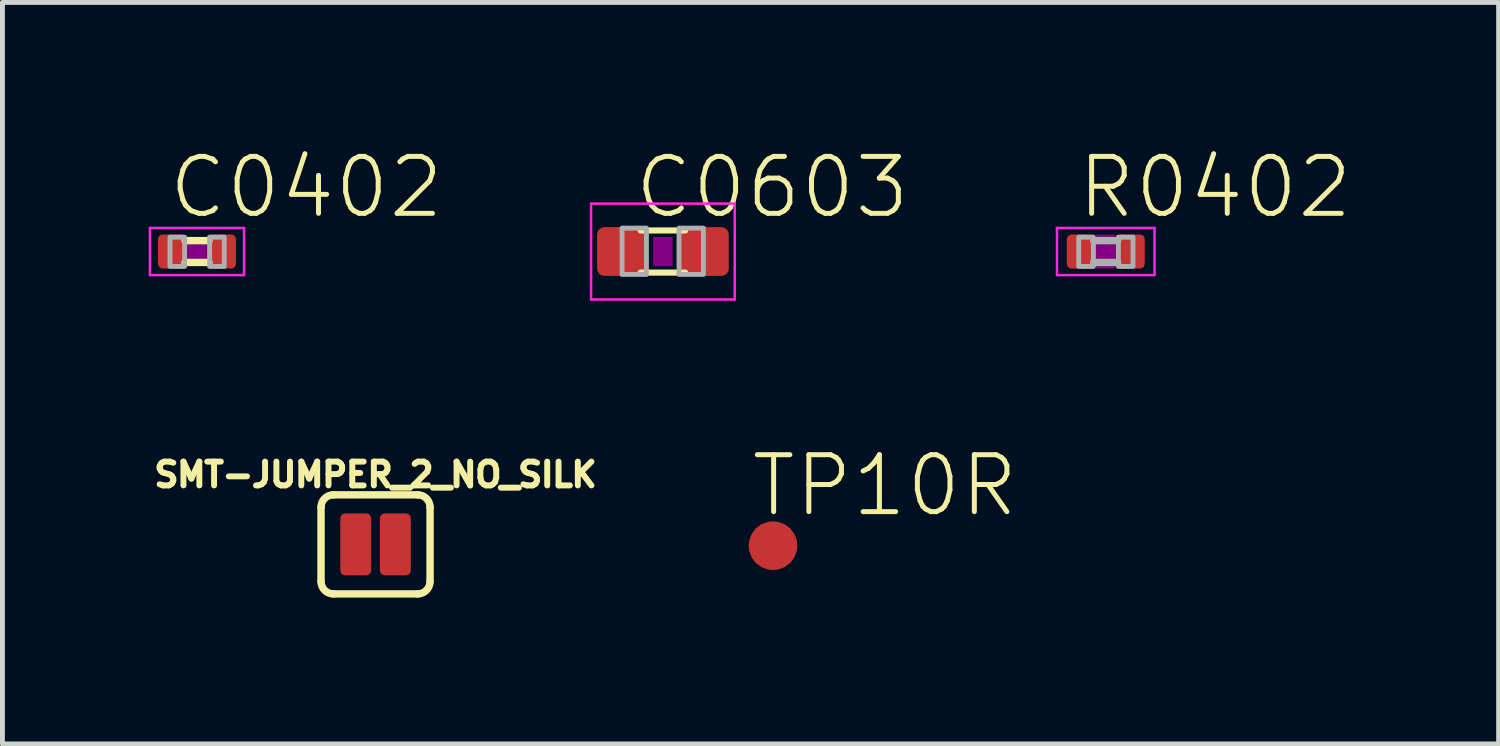
<source format=kicad_pcb>
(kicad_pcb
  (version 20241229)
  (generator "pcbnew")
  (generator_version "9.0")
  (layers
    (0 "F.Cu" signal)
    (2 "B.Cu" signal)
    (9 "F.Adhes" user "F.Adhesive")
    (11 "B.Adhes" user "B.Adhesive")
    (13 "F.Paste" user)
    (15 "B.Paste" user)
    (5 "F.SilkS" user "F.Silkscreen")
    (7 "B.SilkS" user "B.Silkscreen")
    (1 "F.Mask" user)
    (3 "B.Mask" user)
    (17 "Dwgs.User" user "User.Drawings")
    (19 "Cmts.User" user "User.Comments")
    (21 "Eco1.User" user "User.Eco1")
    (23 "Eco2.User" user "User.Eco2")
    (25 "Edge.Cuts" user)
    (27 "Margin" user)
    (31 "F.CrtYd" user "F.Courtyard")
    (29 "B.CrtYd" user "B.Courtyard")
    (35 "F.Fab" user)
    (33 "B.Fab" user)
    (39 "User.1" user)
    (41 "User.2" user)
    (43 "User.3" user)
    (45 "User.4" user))
  (footprint "R0402"
    (layer "F.Cu")
    (at 19.625 2.108)
    (property "Reference" "R0402" (at -0.635 -0.635 0) (unlocked yes) (layer "F.SilkS") (effects (font (size 1.168 1.168) (thickness 0.102)) (justify left bottom)))
    (fp_poly (pts (xy -0.2 0.35) (xy 0.2 0.35) (xy 0.2 -0.35) (xy -0.2 -0.35)) (stroke (width 0) (type default)) (fill yes) (layer "F.Adhes"))
    (fp_line (start -1 -0.483) (end 1 -0.483) (stroke (width 0.051) (type solid)) (layer "F.CrtYd"))
    (fp_line (start -1 0.483) (end -1 -0.483) (stroke (width 0.051) (type solid)) (layer "F.CrtYd"))
    (fp_line (start 1 -0.483) (end 1 0.483) (stroke (width 0.051) (type solid)) (layer "F.CrtYd"))
    (fp_line (start 1 0.483) (end -1 0.483) (stroke (width 0.051) (type solid)) (layer "F.CrtYd"))
    (fp_line (start -0.245 -0.224) (end 0.245 -0.224) (stroke (width 0.152) (type solid)) (layer "F.Fab"))
    (fp_line (start 0.245 0.224) (end -0.245 0.224) (stroke (width 0.152) (type solid)) (layer "F.Fab"))
    (fp_poly (pts (xy -0.554 0.305) (xy -0.254 0.305) (xy -0.254 -0.295) (xy -0.554 -0.295)) (stroke (width 0.1) (type default)) (fill no) (layer "F.Fab"))
    (fp_poly (pts (xy 0.259 0.305) (xy 0.559 0.305) (xy 0.559 -0.295) (xy 0.259 -0.295)) (stroke (width 0.1) (type default)) (fill no) (layer "F.Fab"))
    (pad "1" smd roundrect (at -0.5 0) (size 0.6 0.7) (layers "F.Cu" "F.Mask" "F.Paste") (roundrect_rratio 0.169))
    (pad "2" smd roundrect (at 0.5 0) (size 0.6 0.7) (layers "F.Cu" "F.Mask" "F.Paste") (roundrect_rratio 0.169)))
  (footprint "TP10R"
    (layer "F.Cu")
    (at 12.802 8.14)
    (property "Reference" "TP10R" (at -0.5 -0.55 0) (unlocked yes) (layer "F.SilkS") (effects (font (size 1.168 1.168) (thickness 0.102)) (justify left bottom)))
    (pad "TP" smd roundrect (at 0 0) (size 1 1) (layers "F.Cu" "F.Mask") (roundrect_rratio 0.5)))
  (footprint "C0402"
    (layer "F.Cu")
    (at 0.99 2.108)
    (property "Reference" "C0402" (at -0.635 -0.635 0) (unlocked yes) (layer "F.SilkS") (effects (font (size 1.168 1.168) (thickness 0.102)) (justify left bottom)))
    (fp_line (start -0.245 -0.224) (end 0.245 -0.224) (stroke (width 0.152) (type solid)) (layer "F.SilkS"))
    (fp_line (start 0.245 0.224) (end -0.245 0.224) (stroke (width 0.152) (type solid)) (layer "F.SilkS"))
    (fp_poly (pts (xy -0.2 0.3) (xy 0.2 0.3) (xy 0.2 -0.3) (xy -0.2 -0.3)) (stroke (width 0) (type default)) (fill yes) (layer "F.Adhes"))
    (fp_line (start -0.965 -0.483) (end 0.965 -0.483) (stroke (width 0.051) (type solid)) (layer "F.CrtYd"))
    (fp_line (start -0.965 0.483) (end -0.965 -0.483) (stroke (width 0.051) (type solid)) (layer "F.CrtYd"))
    (fp_line (start 0.965 -0.483) (end 0.965 0.483) (stroke (width 0.051) (type solid)) (layer "F.CrtYd"))
    (fp_line (start 0.965 0.483) (end -0.965 0.483) (stroke (width 0.051) (type solid)) (layer "F.CrtYd"))
    (fp_poly (pts (xy -0.554 0.305) (xy -0.254 0.305) (xy -0.254 -0.295) (xy -0.554 -0.295)) (stroke (width 0.1) (type default)) (fill no) (layer "F.Fab"))
    (fp_poly (pts (xy 0.259 0.305) (xy 0.559 0.305) (xy 0.559 -0.295) (xy 0.259 -0.295)) (stroke (width 0.1) (type default)) (fill no) (layer "F.Fab"))
    (pad "1" smd roundrect (at -0.5 0) (size 0.6 0.7) (layers "F.Cu" "F.Mask" "F.Paste") (roundrect_rratio 0.169))
    (pad "2" smd roundrect (at 0.5 0) (size 0.6 0.7) (layers "F.Cu" "F.Mask" "F.Paste") (roundrect_rratio 0.169)))
  (footprint "SMT-JUMPER_2_NO_SILK"
    (layer "F.Cu")
    (at 4.651 8.113)
    (property "Reference" "SMT-JUMPER_2_NO_SILK" (at 0 -1.143 0) (unlocked yes) (layer "F.SilkS") (effects (font (size 0.488 0.488) (thickness 0.122)) (justify bottom)))
    (fp_line (start -1.118 0.762) (end -1.118 -0.762) (stroke (width 0.152) (type solid)) (layer "F.SilkS"))
    (fp_line (start -0.864 -1.016) (end 0.864 -1.016) (stroke (width 0.152) (type solid)) (layer "F.SilkS"))
    (fp_line (start 0.864 1.016) (end -0.864 1.016) (stroke (width 0.152) (type solid)) (layer "F.SilkS"))
    (fp_line (start 1.118 0.762) (end 1.118 -0.762) (stroke (width 0.152) (type solid)) (layer "F.SilkS"))
    (fp_arc (start -1.1176 -0.762) (mid -1.043205 -0.941605) (end -0.8636 -1.016) (stroke (width 0.1524) (type solid)) (layer "F.SilkS"))
    (fp_arc (start -0.8636 1.016) (mid -1.043205 0.941605) (end -1.1176 0.762) (stroke (width 0.1524) (type solid)) (layer "F.SilkS"))
    (fp_arc (start 0.8636 -1.016) (mid 1.043205 -0.941605) (end 1.1176 -0.762) (stroke (width 0.1524) (type solid)) (layer "F.SilkS"))
    (fp_arc (start 1.1176 0.762) (mid 1.043205 0.941605) (end 0.8636 1.016) (stroke (width 0.1524) (type solid)) (layer "F.SilkS"))
    (pad "1" smd roundrect (at -0.406 0) (size 0.635 1.27) (layers "F.Cu" "F.Mask") (roundrect_rratio 0.16))
    (pad "2" smd roundrect (at 0.406 0) (size 0.635 1.27) (layers "F.Cu" "F.Mask") (roundrect_rratio 0.16)))
  (footprint "C0603"
    (layer "F.Cu")
    (at 10.544 2.108)
    (property "Reference" "C0603" (at -0.635 -0.635 0) (unlocked yes) (layer "F.SilkS") (effects (font (size 1.168 1.168) (thickness 0.102)) (justify left bottom)))
    (fp_line (start -0.456 -0.432) (end 0.456 -0.432) (stroke (width 0.127) (type solid)) (layer "F.SilkS"))
    (fp_line (start -0.456 0.432) (end 0.456 0.432) (stroke (width 0.127) (type solid)) (layer "F.SilkS"))
    (fp_poly (pts (xy -0.2 0.3) (xy 0.2 0.3) (xy 0.2 -0.3) (xy -0.2 -0.3)) (stroke (width 0) (type default)) (fill yes) (layer "F.Adhes"))
    (fp_line (start -1.473 -0.983) (end 1.473 -0.983) (stroke (width 0.051) (type solid)) (layer "F.CrtYd"))
    (fp_line (start -1.473 0.983) (end -1.473 -0.983) (stroke (width 0.051) (type solid)) (layer "F.CrtYd"))
    (fp_line (start 1.473 -0.983) (end 1.473 0.983) (stroke (width 0.051) (type solid)) (layer "F.CrtYd"))
    (fp_line (start 1.473 0.983) (end -1.473 0.983) (stroke (width 0.051) (type solid)) (layer "F.CrtYd"))
    (fp_poly (pts (xy -0.838 0.47) (xy -0.338 0.47) (xy -0.338 -0.48) (xy -0.838 -0.48)) (stroke (width 0.1) (type default)) (fill no) (layer "F.Fab"))
    (fp_poly (pts (xy 0.33 0.47) (xy 0.83 0.47) (xy 0.83 -0.48) (xy 0.33 -0.48)) (stroke (width 0.1) (type default)) (fill no) (layer "F.Fab"))
    (pad "1" smd roundrect (at -0.85 0) (size 1 1) (layers "F.Cu" "F.Mask" "F.Paste") (roundrect_rratio 0.15))
    (pad "2" smd roundrect (at 0.85 0) (size 1 1) (layers "F.Cu" "F.Mask" "F.Paste") (roundrect_rratio 0.15)))
  (gr_rect
    (start -3 -3)
    (end 27.681 12.205)
    (stroke (width 0.1) (type default))
    (fill no)
    (layer "Edge.Cuts")))
</source>
